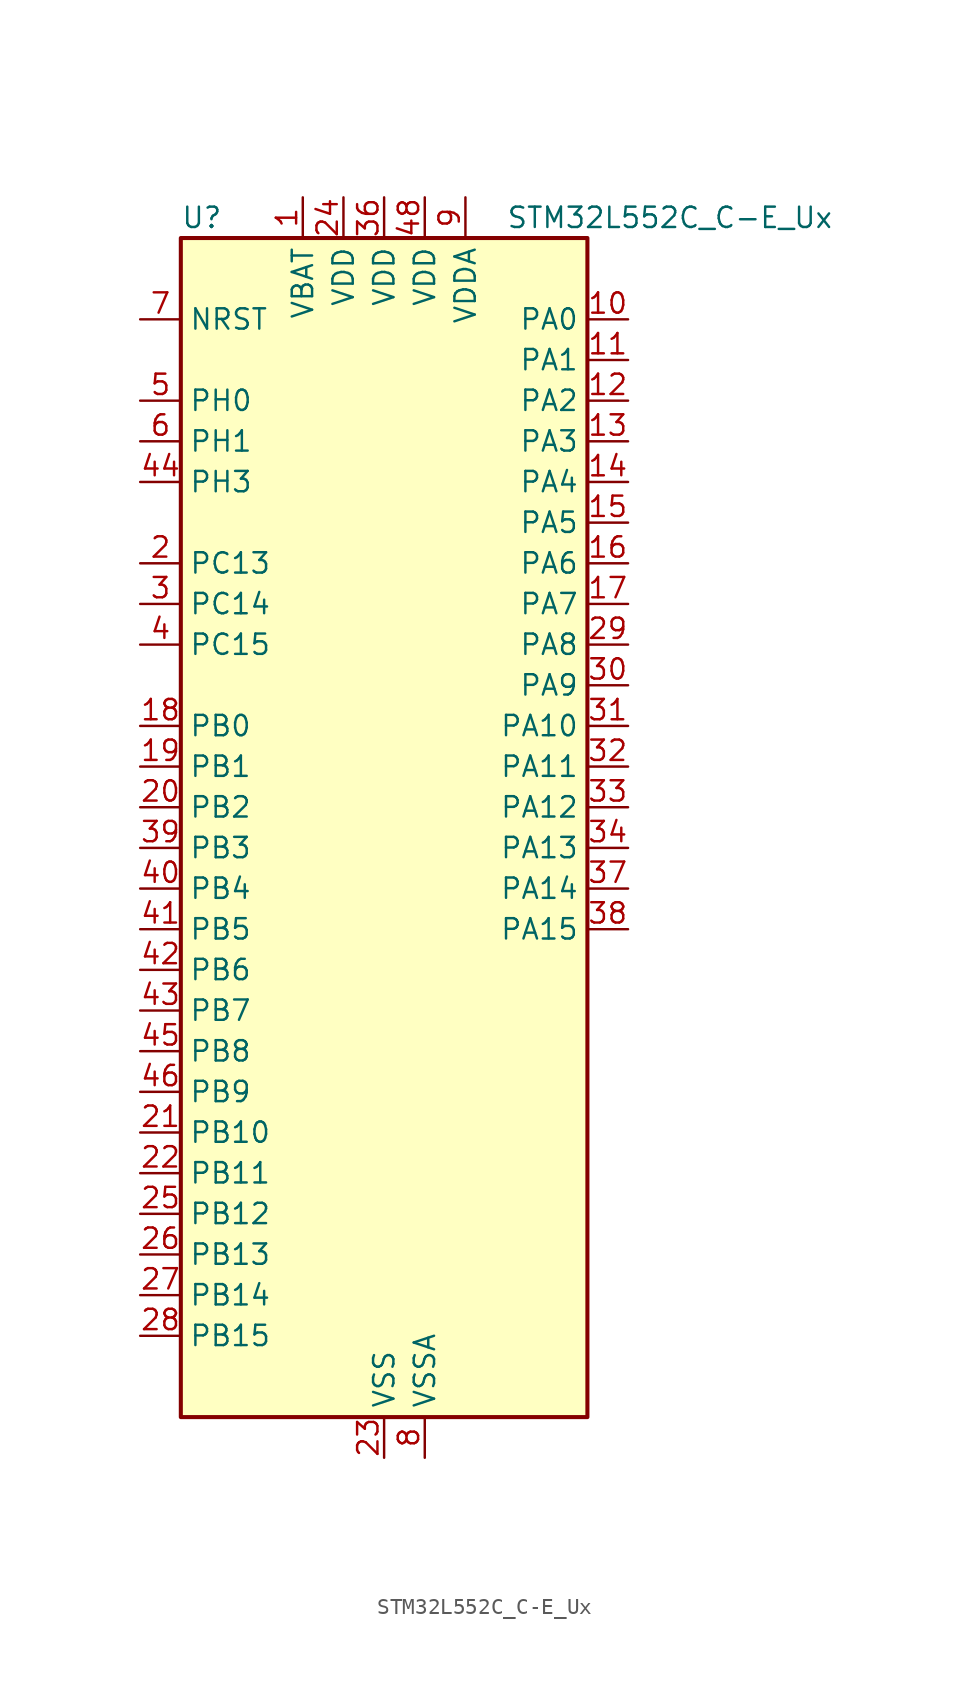
<source format=kicad_sym>
(kicad_symbol_lib
  (version 20241209)
  (generator "kicad_symbol_editor")
  (generator_version "9.0")
  (symbol "STM32L552C_C-E_Ux"
    (property "Reference" "U"
      (at -12.7 39.37 0)
      (effects (font (size 1.27 1.27)) (justify left)))
    (property "Value" "STM32L552C_C-E_Ux"
      (at 7.62 39.37 0)
      (effects (font (size 1.27 1.27)) (justify left)))
    (symbol "STM32L552C_C-E_Ux_0_1"
      (rectangle (start -12.7 -35.56) (end 12.7 38.1) (stroke (width 0.254) (type default)) (fill (type background))))
    (symbol "STM32L552C_C-E_Ux_1_1"
      (pin input line (at -15.24 33.02 0) (length 2.54) (name "NRST" (effects (font (size 1.27 1.27)))) (number "7" (effects (font (size 1.27 1.27)))))
      (pin bidirectional line (at -15.24 27.94 0) (length 2.54) (name "PH0" (effects (font (size 1.27 1.27)))) (number "5" (effects (font (size 1.27 1.27)))) (alternate "RCC_OSC_IN" bidirectional line))
      (pin bidirectional line (at -15.24 25.4 0) (length 2.54) (name "PH1" (effects (font (size 1.27 1.27)))) (number "6" (effects (font (size 1.27 1.27)))) (alternate "RCC_OSC_OUT" bidirectional line))
      (pin bidirectional line (at -15.24 22.86 0) (length 2.54) (name "PH3" (effects (font (size 1.27 1.27)))) (number "44" (effects (font (size 1.27 1.27)))))
      (pin bidirectional line (at -15.24 17.78 0) (length 2.54) (name "PC13" (effects (font (size 1.27 1.27)))) (number "2" (effects (font (size 1.27 1.27)))) (alternate "PWR_WKUP2" bidirectional line) (alternate "RTC_OUT1" bidirectional line) (alternate "RTC_TS" bidirectional line) (alternate "TAMP_IN1" bidirectional line) (alternate "TAMP_OUT2" bidirectional line))
      (pin bidirectional line (at -15.24 15.24 0) (length 2.54) (name "PC14" (effects (font (size 1.27 1.27)))) (number "3" (effects (font (size 1.27 1.27)))) (alternate "RCC_OSC32_IN" bidirectional line))
      (pin bidirectional line (at -15.24 12.7 0) (length 2.54) (name "PC15" (effects (font (size 1.27 1.27)))) (number "4" (effects (font (size 1.27 1.27)))) (alternate "ADC1_EXTI15" bidirectional line) (alternate "ADC2_EXTI15" bidirectional line) (alternate "RCC_OSC32_OUT" bidirectional line))
      (pin bidirectional line (at -15.24 7.62 0) (length 2.54) (name "PB0" (effects (font (size 1.27 1.27)))) (number "18" (effects (font (size 1.27 1.27)))) (alternate "ADC1_IN15" bidirectional line) (alternate "ADC2_IN15" bidirectional line) (alternate "COMP1_OUT" bidirectional line) (alternate "OCTOSPI1_IO1" bidirectional line) (alternate "OPAMP2_VOUT" bidirectional line) (alternate "SAI1_EXTCLK" bidirectional line) (alternate "SPI1_NSS" bidirectional line) (alternate "TIM1_CH2N" bidirectional line) (alternate "TIM3_CH3" bidirectional line) (alternate "TIM8_CH2N" bidirectional line) (alternate "USART3_CK" bidirectional line))
      (pin bidirectional line (at -15.24 5.08 0) (length 2.54) (name "PB1" (effects (font (size 1.27 1.27)))) (number "19" (effects (font (size 1.27 1.27)))) (alternate "ADC1_IN16" bidirectional line) (alternate "ADC2_IN16" bidirectional line) (alternate "COMP1_INM" bidirectional line) (alternate "DFSDM1_DATIN0" bidirectional line) (alternate "LPTIM2_IN1" bidirectional line) (alternate "LPUART1_DE" bidirectional line) (alternate "LPUART1_RTS" bidirectional line) (alternate "OCTOSPI1_IO0" bidirectional line) (alternate "TIM1_CH3N" bidirectional line) (alternate "TIM3_CH4" bidirectional line) (alternate "TIM8_CH3N" bidirectional line) (alternate "USART3_DE" bidirectional line) (alternate "USART3_RTS" bidirectional line))
      (pin bidirectional line (at -15.24 2.54 0) (length 2.54) (name "PB2" (effects (font (size 1.27 1.27)))) (number "20" (effects (font (size 1.27 1.27)))) (alternate "COMP1_INP" bidirectional line) (alternate "DFSDM1_CKIN0" bidirectional line) (alternate "I2C3_SMBA" bidirectional line) (alternate "LPTIM1_OUT" bidirectional line) (alternate "OCTOSPI1_DQS" bidirectional line) (alternate "RTC_OUT2" bidirectional line) (alternate "UCPD1_FRSTX1" bidirectional line))
      (pin bidirectional line (at -15.24 0 0) (length 2.54) (name "PB3" (effects (font (size 1.27 1.27)))) (number "39" (effects (font (size 1.27 1.27)))) (alternate "COMP2_INM" bidirectional line) (alternate "CRS_SYNC" bidirectional line) (alternate "DEBUG_JTDO-SWO" bidirectional line) (alternate "SAI1_SCK_B" bidirectional line) (alternate "SPI1_SCK" bidirectional line) (alternate "SPI3_SCK" bidirectional line) (alternate "TIM2_CH2" bidirectional line) (alternate "USART1_DE" bidirectional line) (alternate "USART1_RTS" bidirectional line))
      (pin bidirectional line (at -15.24 -2.54 0) (length 2.54) (name "PB4" (effects (font (size 1.27 1.27)))) (number "40" (effects (font (size 1.27 1.27)))) (alternate "COMP2_INP" bidirectional line) (alternate "DEBUG_JTRST" bidirectional line) (alternate "I2C3_SDA" bidirectional line) (alternate "SAI1_MCLK_B" bidirectional line) (alternate "SPI1_MISO" bidirectional line) (alternate "SPI3_MISO" bidirectional line) (alternate "TIM17_BKIN" bidirectional line) (alternate "TIM3_CH1" bidirectional line) (alternate "TSC_G2_IO1" bidirectional line) (alternate "USART1_CTS" bidirectional line) (alternate "USART1_NSS" bidirectional line))
      (pin bidirectional line (at -15.24 -5.08 0) (length 2.54) (name "PB5" (effects (font (size 1.27 1.27)))) (number "41" (effects (font (size 1.27 1.27)))) (alternate "COMP2_OUT" bidirectional line) (alternate "I2C1_SMBA" bidirectional line) (alternate "LPTIM1_IN1" bidirectional line) (alternate "OCTOSPI1_NCLK" bidirectional line) (alternate "SAI1_SD_B" bidirectional line) (alternate "SPI1_MOSI" bidirectional line) (alternate "SPI3_MOSI" bidirectional line) (alternate "TIM16_BKIN" bidirectional line) (alternate "TIM3_CH2" bidirectional line) (alternate "TSC_G2_IO2" bidirectional line) (alternate "UCPD1_DBCC1" bidirectional line) (alternate "USART1_CK" bidirectional line))
      (pin bidirectional line (at -15.24 -7.62 0) (length 2.54) (name "PB6" (effects (font (size 1.27 1.27)))) (number "42" (effects (font (size 1.27 1.27)))) (alternate "COMP2_INP" bidirectional line) (alternate "I2C1_SCL" bidirectional line) (alternate "I2C4_SCL" bidirectional line) (alternate "LPTIM1_ETR" bidirectional line) (alternate "SAI1_FS_B" bidirectional line) (alternate "TIM16_CH1N" bidirectional line) (alternate "TIM4_CH1" bidirectional line) (alternate "TIM8_BKIN2" bidirectional line) (alternate "TSC_G2_IO3" bidirectional line) (alternate "USART1_TX" bidirectional line))
      (pin bidirectional line (at -15.24 -10.16 0) (length 2.54) (name "PB7" (effects (font (size 1.27 1.27)))) (number "43" (effects (font (size 1.27 1.27)))) (alternate "COMP2_INM" bidirectional line) (alternate "I2C1_SDA" bidirectional line) (alternate "I2C4_SDA" bidirectional line) (alternate "LPTIM1_IN2" bidirectional line) (alternate "PWR_PVD_IN" bidirectional line) (alternate "TIM17_CH1N" bidirectional line) (alternate "TIM4_CH2" bidirectional line) (alternate "TIM8_BKIN" bidirectional line) (alternate "TSC_G2_IO4" bidirectional line) (alternate "UART4_CTS" bidirectional line) (alternate "USART1_RX" bidirectional line))
      (pin bidirectional line (at -15.24 -12.7 0) (length 2.54) (name "PB8" (effects (font (size 1.27 1.27)))) (number "45" (effects (font (size 1.27 1.27)))) (alternate "DFSDM1_CKOUT" bidirectional line) (alternate "FDCAN1_RX" bidirectional line) (alternate "I2C1_SCL" bidirectional line) (alternate "SAI1_CK1" bidirectional line) (alternate "SAI1_MCLK_A" bidirectional line) (alternate "TIM16_CH1" bidirectional line) (alternate "TIM4_CH3" bidirectional line))
      (pin bidirectional line (at -15.24 -15.24 0) (length 2.54) (name "PB9" (effects (font (size 1.27 1.27)))) (number "46" (effects (font (size 1.27 1.27)))) (alternate "DAC1_EXTI9" bidirectional line) (alternate "FDCAN1_TX" bidirectional line) (alternate "I2C1_SDA" bidirectional line) (alternate "IR_OUT" bidirectional line) (alternate "SAI1_D2" bidirectional line) (alternate "SAI1_FS_A" bidirectional line) (alternate "SPI2_NSS" bidirectional line) (alternate "TIM17_CH1" bidirectional line) (alternate "TIM4_CH4" bidirectional line))
      (pin bidirectional line (at -15.24 -17.78 0) (length 2.54) (name "PB10" (effects (font (size 1.27 1.27)))) (number "21" (effects (font (size 1.27 1.27)))) (alternate "COMP1_OUT" bidirectional line) (alternate "I2C2_SCL" bidirectional line) (alternate "I2C4_SCL" bidirectional line) (alternate "LPTIM3_OUT" bidirectional line) (alternate "LPUART1_RX" bidirectional line) (alternate "OCTOSPI1_CLK" bidirectional line) (alternate "SAI1_SCK_A" bidirectional line) (alternate "SPI2_SCK" bidirectional line) (alternate "TIM2_CH3" bidirectional line) (alternate "TSC_SYNC" bidirectional line) (alternate "USART3_TX" bidirectional line))
      (pin bidirectional line (at -15.24 -20.32 0) (length 2.54) (name "PB11" (effects (font (size 1.27 1.27)))) (number "22" (effects (font (size 1.27 1.27)))) (alternate "ADC1_EXTI11" bidirectional line) (alternate "ADC2_EXTI11" bidirectional line) (alternate "COMP2_OUT" bidirectional line) (alternate "I2C2_SDA" bidirectional line) (alternate "I2C4_SDA" bidirectional line) (alternate "LPUART1_TX" bidirectional line) (alternate "OCTOSPI1_NCS" bidirectional line) (alternate "TIM2_CH4" bidirectional line) (alternate "USART3_RX" bidirectional line))
      (pin bidirectional line (at -15.24 -22.86 0) (length 2.54) (name "PB12" (effects (font (size 1.27 1.27)))) (number "25" (effects (font (size 1.27 1.27)))) (alternate "DFSDM1_DATIN1" bidirectional line) (alternate "I2C2_SMBA" bidirectional line) (alternate "LPUART1_DE" bidirectional line) (alternate "LPUART1_RTS" bidirectional line) (alternate "OCTOSPI1_NCLK" bidirectional line) (alternate "SAI2_FS_A" bidirectional line) (alternate "SPI2_NSS" bidirectional line) (alternate "TIM15_BKIN" bidirectional line) (alternate "TIM1_BKIN" bidirectional line) (alternate "TSC_G1_IO1" bidirectional line) (alternate "USART3_CK" bidirectional line))
      (pin bidirectional line (at -15.24 -25.4 0) (length 2.54) (name "PB13" (effects (font (size 1.27 1.27)))) (number "26" (effects (font (size 1.27 1.27)))) (alternate "DFSDM1_CKIN1" bidirectional line) (alternate "I2C2_SCL" bidirectional line) (alternate "LPTIM3_IN1" bidirectional line) (alternate "LPUART1_CTS" bidirectional line) (alternate "SAI2_SCK_A" bidirectional line) (alternate "SPI2_SCK" bidirectional line) (alternate "TIM15_CH1N" bidirectional line) (alternate "TIM1_CH1N" bidirectional line) (alternate "TSC_G1_IO2" bidirectional line) (alternate "UCPD1_FRSTX2" bidirectional line) (alternate "USART3_CTS" bidirectional line) (alternate "USART3_NSS" bidirectional line))
      (pin bidirectional line (at -15.24 -27.94 0) (length 2.54) (name "PB14" (effects (font (size 1.27 1.27)))) (number "27" (effects (font (size 1.27 1.27)))) (alternate "DFSDM1_DATIN2" bidirectional line) (alternate "I2C2_SDA" bidirectional line) (alternate "LPTIM3_ETR" bidirectional line) (alternate "SAI2_MCLK_A" bidirectional line) (alternate "SPI2_MISO" bidirectional line) (alternate "TIM15_CH1" bidirectional line) (alternate "TIM1_CH2N" bidirectional line) (alternate "TIM8_CH2N" bidirectional line) (alternate "TSC_G1_IO3" bidirectional line) (alternate "UCPD1_DBCC2" bidirectional line) (alternate "USART3_DE" bidirectional line) (alternate "USART3_RTS" bidirectional line))
      (pin bidirectional line (at -15.24 -30.48 0) (length 2.54) (name "PB15" (effects (font (size 1.27 1.27)))) (number "28" (effects (font (size 1.27 1.27)))) (alternate "ADC1_EXTI15" bidirectional line) (alternate "ADC2_EXTI15" bidirectional line) (alternate "DFSDM1_CKIN2" bidirectional line) (alternate "RTC_REFIN" bidirectional line) (alternate "SAI2_SD_A" bidirectional line) (alternate "SPI2_MOSI" bidirectional line) (alternate "TIM15_CH2" bidirectional line) (alternate "TIM1_CH3N" bidirectional line) (alternate "TIM8_CH3N" bidirectional line) (alternate "UCPD1_CC2" bidirectional line))
      (pin power_in line (at -5.08 40.64 270) (length 2.54) (name "VBAT" (effects (font (size 1.27 1.27)))) (number "1" (effects (font (size 1.27 1.27)))))
      (pin power_in line (at -2.54 40.64 270) (length 2.54) (name "VDD" (effects (font (size 1.27 1.27)))) (number "24" (effects (font (size 1.27 1.27)))))
      (pin power_in line (at 0 40.64 270) (length 2.54) (name "VDD" (effects (font (size 1.27 1.27)))) (number "36" (effects (font (size 1.27 1.27)))))
      (pin power_in line (at 0 -38.1 90) (length 2.54) (name "VSS" (effects (font (size 1.27 1.27)))) (number "23" (effects (font (size 1.27 1.27)))))
      (pin passive line (at 0 -38.1 90) (length 2.54) (hide yes) (name "VSS" (effects (font (size 1.27 1.27)))) (number "35" (effects (font (size 1.27 1.27)))))
      (pin passive line (at 0 -38.1 90) (length 2.54) (hide yes) (name "VSS" (effects (font (size 1.27 1.27)))) (number "47" (effects (font (size 1.27 1.27)))))
      (pin passive line (at 0 -38.1 90) (length 2.54) (hide yes) (name "VSS" (effects (font (size 1.27 1.27)))) (number "49" (effects (font (size 1.27 1.27)))))
      (pin power_in line (at 2.54 40.64 270) (length 2.54) (name "VDD" (effects (font (size 1.27 1.27)))) (number "48" (effects (font (size 1.27 1.27)))))
      (pin power_in line (at 2.54 -38.1 90) (length 2.54) (name "VSSA" (effects (font (size 1.27 1.27)))) (number "8" (effects (font (size 1.27 1.27)))))
      (pin power_in line (at 5.08 40.64 270) (length 2.54) (name "VDDA" (effects (font (size 1.27 1.27)))) (number "9" (effects (font (size 1.27 1.27)))))
      (pin bidirectional line (at 15.24 33.02 180) (length 2.54) (name "PA0" (effects (font (size 1.27 1.27)))) (number "10" (effects (font (size 1.27 1.27)))) (alternate "ADC1_IN5" bidirectional line) (alternate "ADC2_IN5" bidirectional line) (alternate "OPAMP1_VINP" bidirectional line) (alternate "PWR_WKUP1" bidirectional line) (alternate "SAI1_EXTCLK" bidirectional line) (alternate "TAMP_IN2" bidirectional line) (alternate "TAMP_OUT1" bidirectional line) (alternate "TIM2_CH1" bidirectional line) (alternate "TIM2_ETR" bidirectional line) (alternate "TIM5_CH1" bidirectional line) (alternate "TIM8_ETR" bidirectional line) (alternate "UART4_TX" bidirectional line) (alternate "USART2_CTS" bidirectional line) (alternate "USART2_NSS" bidirectional line))
      (pin bidirectional line (at 15.24 30.48 180) (length 2.54) (name "PA1" (effects (font (size 1.27 1.27)))) (number "11" (effects (font (size 1.27 1.27)))) (alternate "ADC1_IN6" bidirectional line) (alternate "ADC2_IN6" bidirectional line) (alternate "I2C1_SMBA" bidirectional line) (alternate "OCTOSPI1_DQS" bidirectional line) (alternate "OPAMP1_VINM" bidirectional line) (alternate "SPI1_SCK" bidirectional line) (alternate "TAMP_IN5" bidirectional line) (alternate "TAMP_OUT4" bidirectional line) (alternate "TIM15_CH1N" bidirectional line) (alternate "TIM2_CH2" bidirectional line) (alternate "TIM5_CH2" bidirectional line) (alternate "UART4_RX" bidirectional line) (alternate "USART2_DE" bidirectional line) (alternate "USART2_RTS" bidirectional line))
      (pin bidirectional line (at 15.24 27.94 180) (length 2.54) (name "PA2" (effects (font (size 1.27 1.27)))) (number "12" (effects (font (size 1.27 1.27)))) (alternate "ADC1_IN7" bidirectional line) (alternate "ADC2_IN7" bidirectional line) (alternate "COMP1_INP" bidirectional line) (alternate "LPUART1_TX" bidirectional line) (alternate "OCTOSPI1_NCS" bidirectional line) (alternate "PWR_WKUP4" bidirectional line) (alternate "RCC_LSCO" bidirectional line) (alternate "SAI2_EXTCLK" bidirectional line) (alternate "TIM15_CH1" bidirectional line) (alternate "TIM2_CH3" bidirectional line) (alternate "TIM5_CH3" bidirectional line) (alternate "UCPD1_FRSTX1" bidirectional line) (alternate "USART2_TX" bidirectional line))
      (pin bidirectional line (at 15.24 25.4 180) (length 2.54) (name "PA3" (effects (font (size 1.27 1.27)))) (number "13" (effects (font (size 1.27 1.27)))) (alternate "ADC1_IN8" bidirectional line) (alternate "ADC2_IN8" bidirectional line) (alternate "LPUART1_RX" bidirectional line) (alternate "OCTOSPI1_CLK" bidirectional line) (alternate "OPAMP1_VOUT" bidirectional line) (alternate "SAI1_CK1" bidirectional line) (alternate "SAI1_MCLK_A" bidirectional line) (alternate "TIM15_CH2" bidirectional line) (alternate "TIM2_CH4" bidirectional line) (alternate "TIM5_CH4" bidirectional line) (alternate "USART2_RX" bidirectional line))
      (pin bidirectional line (at 15.24 22.86 180) (length 2.54) (name "PA4" (effects (font (size 1.27 1.27)))) (number "14" (effects (font (size 1.27 1.27)))) (alternate "ADC1_IN9" bidirectional line) (alternate "ADC2_IN9" bidirectional line) (alternate "DAC1_OUT1" bidirectional line) (alternate "LPTIM2_OUT" bidirectional line) (alternate "OCTOSPI1_NCS" bidirectional line) (alternate "SAI1_FS_B" bidirectional line) (alternate "SPI1_NSS" bidirectional line) (alternate "SPI3_NSS" bidirectional line) (alternate "USART2_CK" bidirectional line))
      (pin bidirectional line (at 15.24 20.32 180) (length 2.54) (name "PA5" (effects (font (size 1.27 1.27)))) (number "15" (effects (font (size 1.27 1.27)))) (alternate "ADC1_IN10" bidirectional line) (alternate "ADC2_IN10" bidirectional line) (alternate "DAC1_OUT2" bidirectional line) (alternate "LPTIM2_ETR" bidirectional line) (alternate "SPI1_SCK" bidirectional line) (alternate "TIM2_CH1" bidirectional line) (alternate "TIM2_ETR" bidirectional line) (alternate "TIM8_CH1N" bidirectional line))
      (pin bidirectional line (at 15.24 17.78 180) (length 2.54) (name "PA6" (effects (font (size 1.27 1.27)))) (number "16" (effects (font (size 1.27 1.27)))) (alternate "ADC1_IN11" bidirectional line) (alternate "ADC2_IN11" bidirectional line) (alternate "LPUART1_CTS" bidirectional line) (alternate "OCTOSPI1_IO3" bidirectional line) (alternate "OPAMP2_VINP" bidirectional line) (alternate "SPI1_MISO" bidirectional line) (alternate "TIM16_CH1" bidirectional line) (alternate "TIM1_BKIN" bidirectional line) (alternate "TIM3_CH1" bidirectional line) (alternate "TIM8_BKIN" bidirectional line) (alternate "USART3_CTS" bidirectional line) (alternate "USART3_NSS" bidirectional line))
      (pin bidirectional line (at 15.24 15.24 180) (length 2.54) (name "PA7" (effects (font (size 1.27 1.27)))) (number "17" (effects (font (size 1.27 1.27)))) (alternate "ADC1_IN12" bidirectional line) (alternate "ADC2_IN12" bidirectional line) (alternate "I2C3_SCL" bidirectional line) (alternate "OCTOSPI1_IO2" bidirectional line) (alternate "OPAMP2_VINM" bidirectional line) (alternate "SPI1_MOSI" bidirectional line) (alternate "TIM17_CH1" bidirectional line) (alternate "TIM1_CH1N" bidirectional line) (alternate "TIM3_CH2" bidirectional line) (alternate "TIM8_CH1N" bidirectional line))
      (pin bidirectional line (at 15.24 12.7 180) (length 2.54) (name "PA8" (effects (font (size 1.27 1.27)))) (number "29" (effects (font (size 1.27 1.27)))) (alternate "LPTIM2_OUT" bidirectional line) (alternate "RCC_MCO" bidirectional line) (alternate "SAI1_CK2" bidirectional line) (alternate "SAI1_SCK_A" bidirectional line) (alternate "TIM1_CH1" bidirectional line) (alternate "USART1_CK" bidirectional line))
      (pin bidirectional line (at 15.24 10.16 180) (length 2.54) (name "PA9" (effects (font (size 1.27 1.27)))) (number "30" (effects (font (size 1.27 1.27)))) (alternate "DAC1_EXTI9" bidirectional line) (alternate "SAI1_FS_A" bidirectional line) (alternate "SPI2_SCK" bidirectional line) (alternate "TIM15_BKIN" bidirectional line) (alternate "TIM1_CH2" bidirectional line) (alternate "USART1_TX" bidirectional line))
      (pin bidirectional line (at 15.24 7.62 180) (length 2.54) (name "PA10" (effects (font (size 1.27 1.27)))) (number "31" (effects (font (size 1.27 1.27)))) (alternate "CRS_SYNC" bidirectional line) (alternate "SAI1_D1" bidirectional line) (alternate "SAI1_SD_A" bidirectional line) (alternate "TIM17_BKIN" bidirectional line) (alternate "TIM1_CH3" bidirectional line) (alternate "USART1_RX" bidirectional line))
      (pin bidirectional line (at 15.24 5.08 180) (length 2.54) (name "PA11" (effects (font (size 1.27 1.27)))) (number "32" (effects (font (size 1.27 1.27)))) (alternate "ADC1_EXTI11" bidirectional line) (alternate "ADC2_EXTI11" bidirectional line) (alternate "FDCAN1_RX" bidirectional line) (alternate "SPI1_MISO" bidirectional line) (alternate "TIM1_BKIN2" bidirectional line) (alternate "TIM1_CH4" bidirectional line) (alternate "USART1_CTS" bidirectional line) (alternate "USART1_NSS" bidirectional line) (alternate "USB_DM" bidirectional line))
      (pin bidirectional line (at 15.24 2.54 180) (length 2.54) (name "PA12" (effects (font (size 1.27 1.27)))) (number "33" (effects (font (size 1.27 1.27)))) (alternate "FDCAN1_TX" bidirectional line) (alternate "SPI1_MOSI" bidirectional line) (alternate "TIM1_ETR" bidirectional line) (alternate "USART1_DE" bidirectional line) (alternate "USART1_RTS" bidirectional line) (alternate "USB_DP" bidirectional line))
      (pin bidirectional line (at 15.24 0 180) (length 2.54) (name "PA13" (effects (font (size 1.27 1.27)))) (number "34" (effects (font (size 1.27 1.27)))) (alternate "DEBUG_JTMS-SWDIO" bidirectional line) (alternate "IR_OUT" bidirectional line) (alternate "SAI1_SD_B" bidirectional line) (alternate "USB_NOE" bidirectional line))
      (pin bidirectional line (at 15.24 -2.54 180) (length 2.54) (name "PA14" (effects (font (size 1.27 1.27)))) (number "37" (effects (font (size 1.27 1.27)))) (alternate "DEBUG_JTCK-SWCLK" bidirectional line) (alternate "I2C1_SMBA" bidirectional line) (alternate "I2C4_SMBA" bidirectional line) (alternate "LPTIM1_OUT" bidirectional line) (alternate "SAI1_FS_B" bidirectional line))
      (pin bidirectional line (at 15.24 -5.08 180) (length 2.54) (name "PA15" (effects (font (size 1.27 1.27)))) (number "38" (effects (font (size 1.27 1.27)))) (alternate "ADC1_EXTI15" bidirectional line) (alternate "ADC2_EXTI15" bidirectional line) (alternate "DEBUG_JTDI" bidirectional line) (alternate "SAI2_FS_B" bidirectional line) (alternate "SPI1_NSS" bidirectional line) (alternate "SPI3_NSS" bidirectional line) (alternate "TIM2_CH1" bidirectional line) (alternate "TIM2_ETR" bidirectional line) (alternate "UART4_DE" bidirectional line) (alternate "UART4_RTS" bidirectional line) (alternate "UCPD1_CC1" bidirectional line) (alternate "USART2_RX" bidirectional line) (alternate "USART3_DE" bidirectional line) (alternate "USART3_RTS" bidirectional line)))))
</source>
